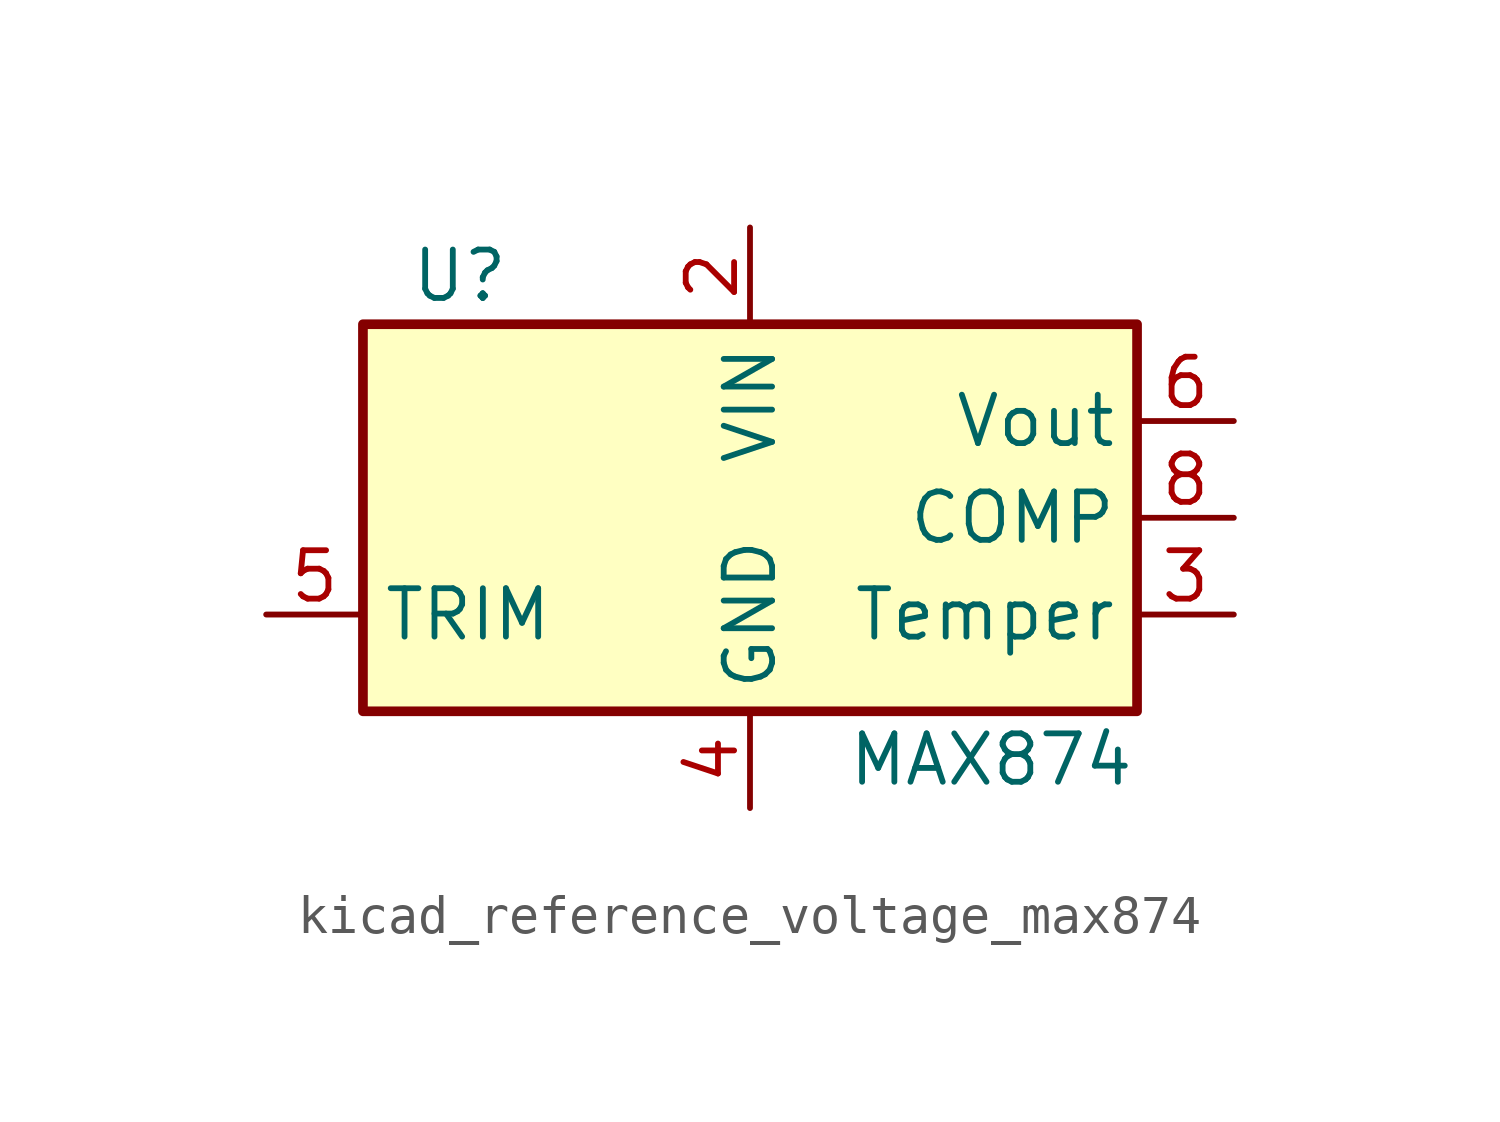
<source format=kicad_sym>
(kicad_symbol_lib
  (version 20220914)
  (generator kicad_symbol_editor)
  (symbol "kicad_reference_voltage_max874"
    (property "Reference" "U"
      (at -7.62 6.35 0)
      (effects (font (size 1.27 1.27))))
    (property "Value" "MAX874"
      (at 2.54 -6.35 0)
      (effects (font (size 1.27 1.27)) (justify left)))
    (symbol "kicad_reference_voltage_max874_0_1"
      (rectangle (start -10.16 5.08) (end 10.16 -5.08) (stroke (width 0.254) (type default)) (fill (type background))))
    (symbol "kicad_reference_voltage_max874_1_1"
      (pin no_connect line (at -10.16 0 0) (length 2.54) hide (name "IC" (effects (font (size 1.27 1.27)))) (number "1" (effects (font (size 1.27 1.27)))))
      (pin power_in line (at 0 7.62 270) (length 2.54) (name "VIN" (effects (font (size 1.27 1.27)))) (number "2" (effects (font (size 1.27 1.27)))))
      (pin output line (at 12.7 -2.54 180) (length 2.54) (name "Temper" (effects (font (size 1.27 1.27)))) (number "3" (effects (font (size 1.27 1.27)))))
      (pin power_in line (at 0 -7.62 90) (length 2.54) (name "GND" (effects (font (size 1.27 1.27)))) (number "4" (effects (font (size 1.27 1.27)))))
      (pin input line (at -12.7 -2.54 0) (length 2.54) (name "TRIM" (effects (font (size 1.27 1.27)))) (number "5" (effects (font (size 1.27 1.27)))))
      (pin power_out line (at 12.7 2.54 180) (length 2.54) (name "Vout" (effects (font (size 1.27 1.27)))) (number "6" (effects (font (size 1.27 1.27)))))
      (pin no_connect line (at -2.54 -5.08 90) (length 2.54) hide (name "IC" (effects (font (size 1.27 1.27)))) (number "7" (effects (font (size 1.27 1.27)))))
      (pin passive line (at 12.7 0 180) (length 2.54) (name "COMP" (effects (font (size 1.27 1.27)))) (number "8" (effects (font (size 1.27 1.27))))))))
</source>
